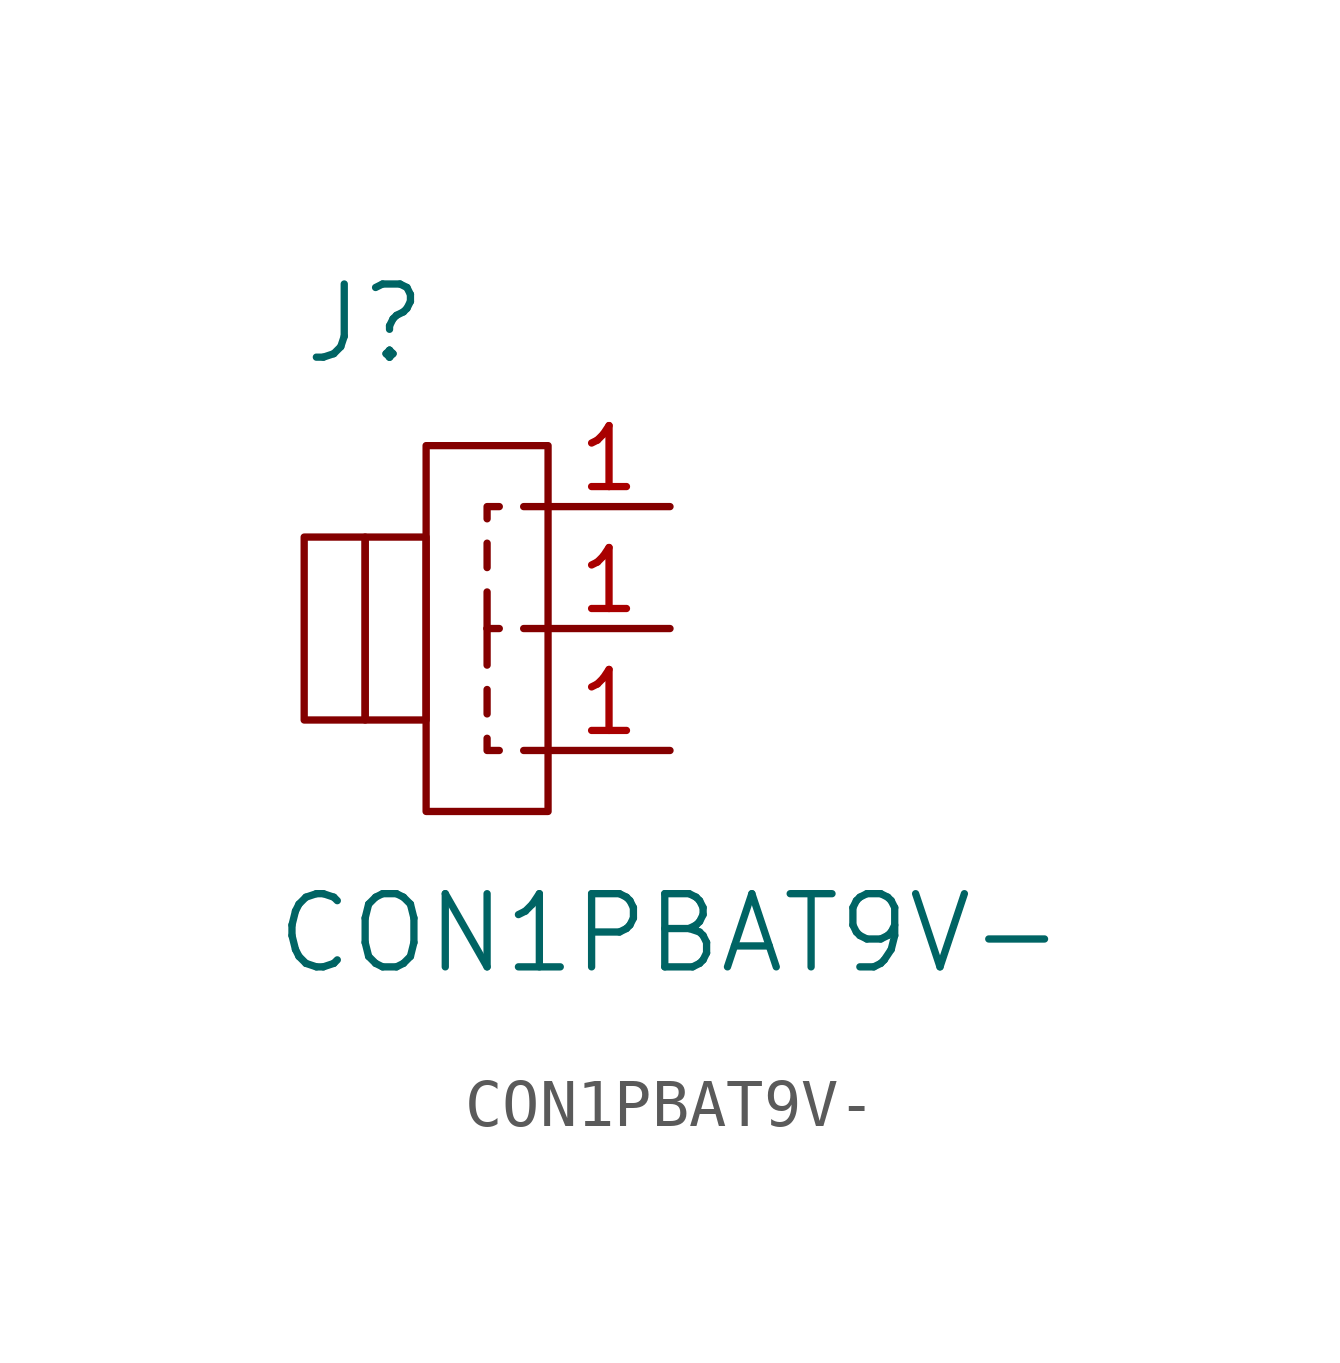
<source format=kicad_sym>
(kicad_symbol_lib
  (version 20211014)
  (generator kicad_symbol_editor)
  (symbol "CON1PBAT9V-"
    (pin_names
      (offset 1.016) hide)
    (property "Reference" "J"
      (at -3.81 6.35 0)
      (effects (font (size 1.524 1.524))))
    (property "Value" "CON1PBAT9V-"
      (at 2.54 -6.35 0)
      (effects (font (size 1.524 1.524))))
    (property "Footprint" ""
      (at 0 0 0)
      (effects (font (size 1.524 1.524))))
    (property "Datasheet" ""
      (at 0 0 0)
      (effects (font (size 1.524 1.524))))
    (symbol "CON1PBAT9V-_0_0"
      (rectangle (start -3.81 1.905) (end -5.08 -1.905) (stroke (width 0) (type default) (color 0 0 0 0)) (fill (type none)))
      (rectangle (start -3.81 1.905) (end -2.54 -1.905) (stroke (width 0) (type default) (color 0 0 0 0)) (fill (type none)))
      (polyline (pts (xy -1.27 -1.27) (xy -1.27 -1.778)) (stroke (width 0) (type default) (color 0 0 0 0)) (fill (type none)))
      (polyline (pts (xy -1.27 0) (xy -1.27 -0.762)) (stroke (width 0) (type default) (color 0 0 0 0)) (fill (type none)))
      (polyline (pts (xy -1.27 0.762) (xy -1.27 0)) (stroke (width 0) (type default) (color 0 0 0 0)) (fill (type none)))
      (polyline (pts (xy -1.27 1.778) (xy -1.27 1.27)) (stroke (width 0) (type default) (color 0 0 0 0)) (fill (type none)))
      (polyline (pts (xy -1.016 0) (xy -1.27 0)) (stroke (width 0) (type default) (color 0 0 0 0)) (fill (type none)))
      (polyline (pts (xy -0.508 -2.54) (xy 0 -2.54)) (stroke (width 0) (type default) (color 0 0 0 0)) (fill (type none)))
      (polyline (pts (xy 0 0) (xy -0.508 0)) (stroke (width 0) (type default) (color 0 0 0 0)) (fill (type none)))
      (polyline (pts (xy 0 2.54) (xy -0.508 2.54)) (stroke (width 0) (type default) (color 0 0 0 0)) (fill (type none)))
      (polyline (pts (xy -1.27 -2.286) (xy -1.27 -2.54) (xy -1.016 -2.54)) (stroke (width 0) (type default) (color 0 0 0 0)) (fill (type none)))
      (polyline (pts (xy -1.016 2.54) (xy -1.27 2.54) (xy -1.27 2.286)) (stroke (width 0) (type default) (color 0 0 0 0)) (fill (type none)))
      (rectangle (start 0 3.81) (end -2.54 -3.81) (stroke (width 0) (type default) (color 0 0 0 0)) (fill (type none))))
    (symbol "CON1PBAT9V-_1_1"
      (pin passive line (at 2.54 -2.54 180) (length 2.54) (name "1" (effects (font (size 1.27 1.27)))) (number "1" (effects (font (size 1.27 1.27)))))
      (pin passive line (at 2.54 0 180) (length 2.54) (name "1" (effects (font (size 1.27 1.27)))) (number "1" (effects (font (size 1.27 1.27)))))
      (pin passive line (at 2.54 2.54 180) (length 2.54) (name "1" (effects (font (size 1.27 1.27)))) (number "1" (effects (font (size 1.27 1.27))))))))
</source>
